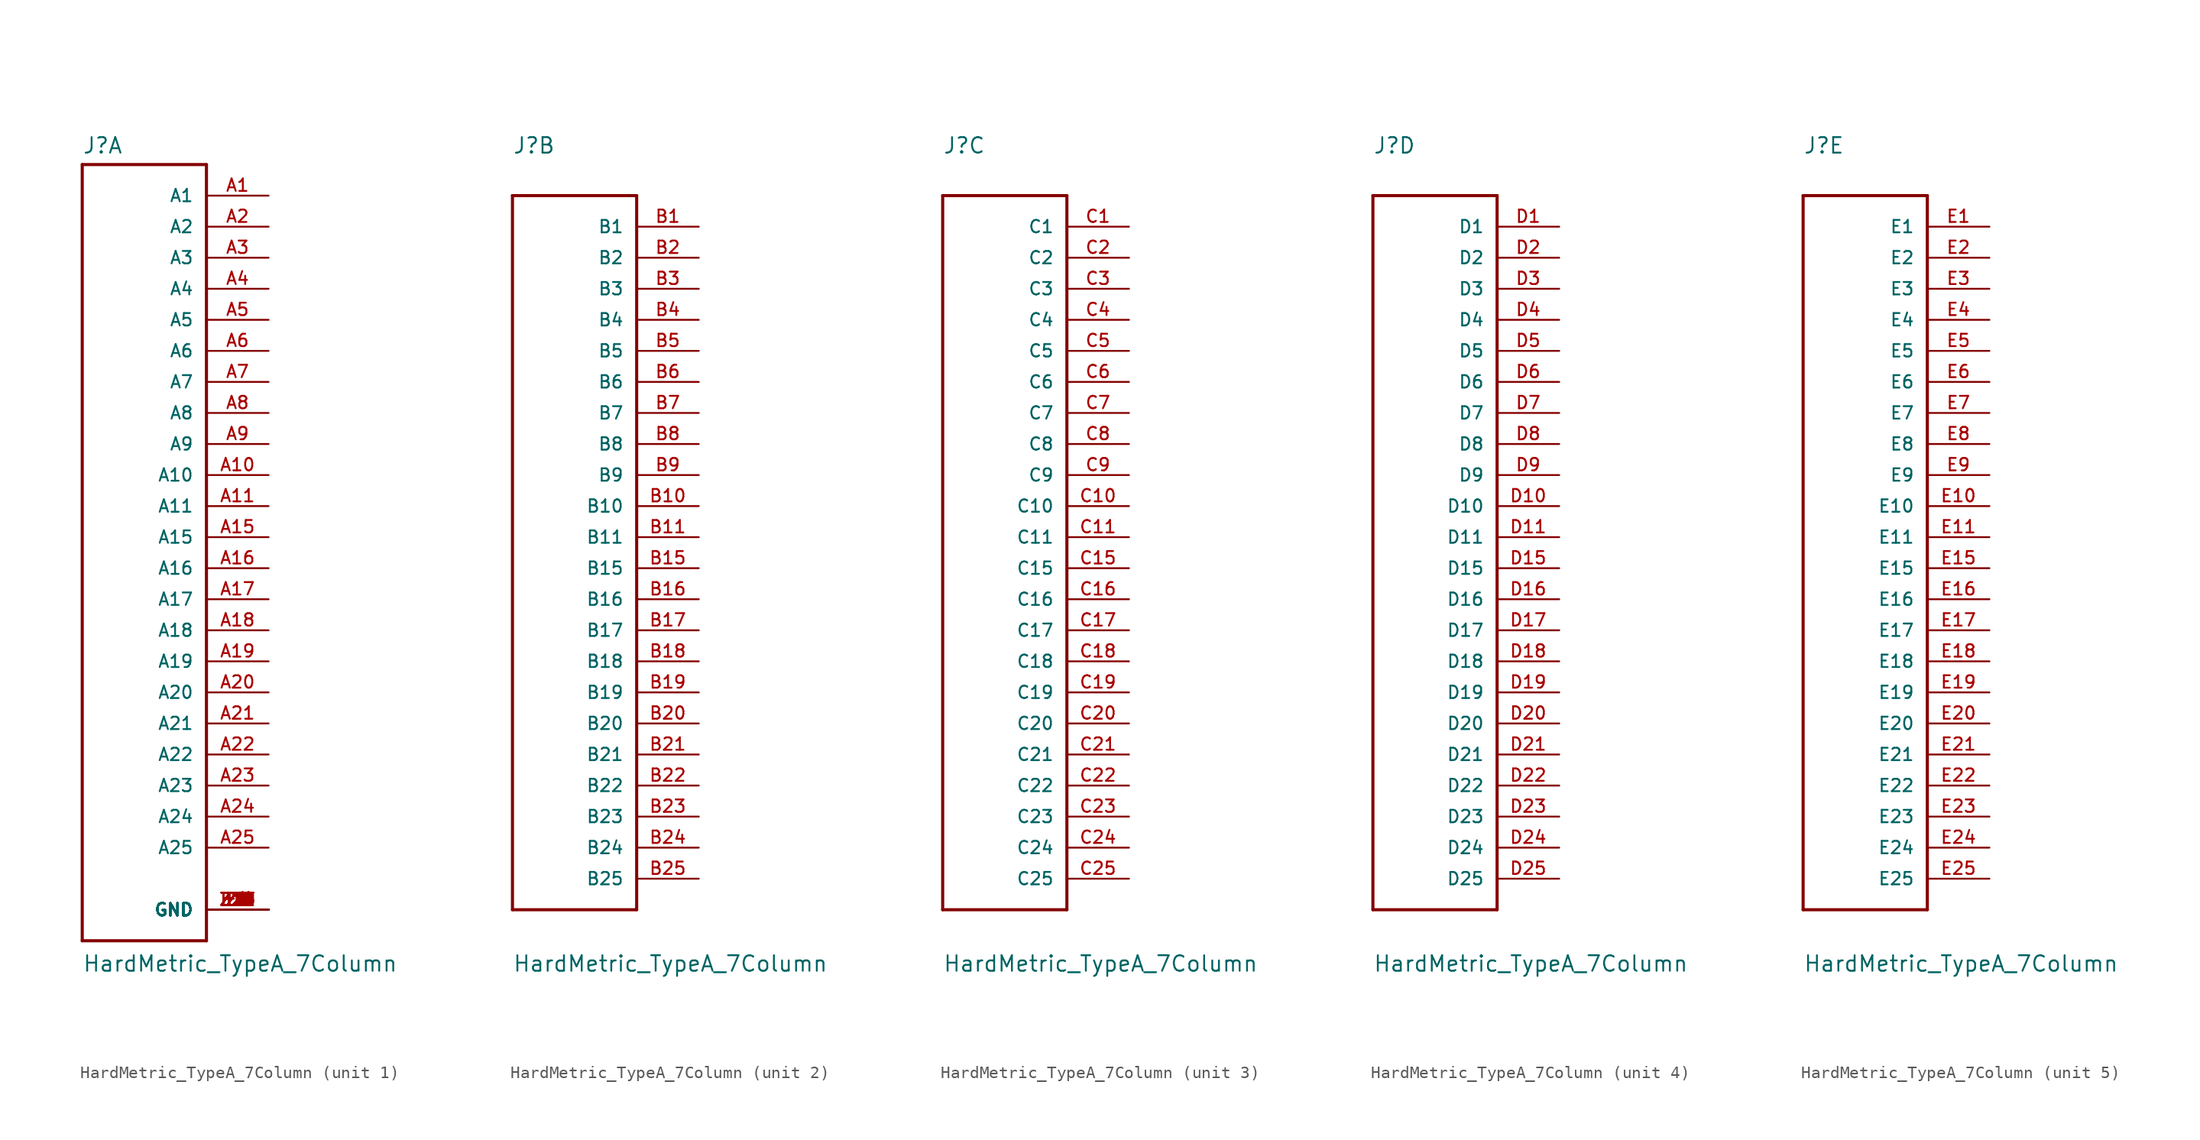
<source format=kicad_sym>
(kicad_symbol_lib
  (version 20211014)
  (generator kicad_symbol_editor)
  (symbol "HardMetric_TypeA_7Column"
    (pin_names
      (offset 1.016))
    (property "Reference" "J"
      (at -5.08 31.293 0)
      (effects (font (size 1.27 1.27)) (justify left bottom)))
    (property "Value" "HardMetric_TypeA_7Column"
      (at -5.08 -35.636 0)
      (effects (font (size 1.27 1.27)) (justify left bottom)))
    (property "ki_locked" ""
      (at 0 0 0)
      (effects (font (size 1.27 1.27))))
    (symbol "HardMetric_TypeA_7Column_1_0"
      (polyline (pts (xy -5.08 -33.02) (xy 5.08 -33.02)) (stroke (width 0.254) (type default) (color 0 0 0 0)) (fill (type none)))
      (polyline (pts (xy -5.08 30.48) (xy -5.08 -33.02)) (stroke (width 0.254) (type default) (color 0 0 0 0)) (fill (type none)))
      (polyline (pts (xy 5.08 -33.02) (xy 5.08 30.48)) (stroke (width 0.254) (type default) (color 0 0 0 0)) (fill (type none)))
      (polyline (pts (xy 5.08 30.48) (xy -5.08 30.48)) (stroke (width 0.254) (type default) (color 0 0 0 0)) (fill (type none)))
      (pin passive line (at 10.16 27.94 180) (length 5.08) (name "A1" (effects (font (size 1.016 1.016)))) (number "A1" (effects (font (size 1.016 1.016)))))
      (pin passive line (at 10.16 5.08 180) (length 5.08) (name "A10" (effects (font (size 1.016 1.016)))) (number "A10" (effects (font (size 1.016 1.016)))))
      (pin passive line (at 10.16 2.54 180) (length 5.08) (name "A11" (effects (font (size 1.016 1.016)))) (number "A11" (effects (font (size 1.016 1.016)))))
      (pin passive line (at 10.16 0 180) (length 5.08) (name "A15" (effects (font (size 1.016 1.016)))) (number "A15" (effects (font (size 1.016 1.016)))))
      (pin passive line (at 10.16 -2.54 180) (length 5.08) (name "A16" (effects (font (size 1.016 1.016)))) (number "A16" (effects (font (size 1.016 1.016)))))
      (pin passive line (at 10.16 -5.08 180) (length 5.08) (name "A17" (effects (font (size 1.016 1.016)))) (number "A17" (effects (font (size 1.016 1.016)))))
      (pin passive line (at 10.16 -7.62 180) (length 5.08) (name "A18" (effects (font (size 1.016 1.016)))) (number "A18" (effects (font (size 1.016 1.016)))))
      (pin passive line (at 10.16 -10.16 180) (length 5.08) (name "A19" (effects (font (size 1.016 1.016)))) (number "A19" (effects (font (size 1.016 1.016)))))
      (pin passive line (at 10.16 25.4 180) (length 5.08) (name "A2" (effects (font (size 1.016 1.016)))) (number "A2" (effects (font (size 1.016 1.016)))))
      (pin passive line (at 10.16 -12.7 180) (length 5.08) (name "A20" (effects (font (size 1.016 1.016)))) (number "A20" (effects (font (size 1.016 1.016)))))
      (pin passive line (at 10.16 -15.24 180) (length 5.08) (name "A21" (effects (font (size 1.016 1.016)))) (number "A21" (effects (font (size 1.016 1.016)))))
      (pin passive line (at 10.16 -17.78 180) (length 5.08) (name "A22" (effects (font (size 1.016 1.016)))) (number "A22" (effects (font (size 1.016 1.016)))))
      (pin passive line (at 10.16 -20.32 180) (length 5.08) (name "A23" (effects (font (size 1.016 1.016)))) (number "A23" (effects (font (size 1.016 1.016)))))
      (pin passive line (at 10.16 -22.86 180) (length 5.08) (name "A24" (effects (font (size 1.016 1.016)))) (number "A24" (effects (font (size 1.016 1.016)))))
      (pin passive line (at 10.16 -25.4 180) (length 5.08) (name "A25" (effects (font (size 1.016 1.016)))) (number "A25" (effects (font (size 1.016 1.016)))))
      (pin passive line (at 10.16 22.86 180) (length 5.08) (name "A3" (effects (font (size 1.016 1.016)))) (number "A3" (effects (font (size 1.016 1.016)))))
      (pin passive line (at 10.16 20.32 180) (length 5.08) (name "A4" (effects (font (size 1.016 1.016)))) (number "A4" (effects (font (size 1.016 1.016)))))
      (pin passive line (at 10.16 17.78 180) (length 5.08) (name "A5" (effects (font (size 1.016 1.016)))) (number "A5" (effects (font (size 1.016 1.016)))))
      (pin passive line (at 10.16 15.24 180) (length 5.08) (name "A6" (effects (font (size 1.016 1.016)))) (number "A6" (effects (font (size 1.016 1.016)))))
      (pin passive line (at 10.16 12.7 180) (length 5.08) (name "A7" (effects (font (size 1.016 1.016)))) (number "A7" (effects (font (size 1.016 1.016)))))
      (pin passive line (at 10.16 10.16 180) (length 5.08) (name "A8" (effects (font (size 1.016 1.016)))) (number "A8" (effects (font (size 1.016 1.016)))))
      (pin passive line (at 10.16 7.62 180) (length 5.08) (name "A9" (effects (font (size 1.016 1.016)))) (number "A9" (effects (font (size 1.016 1.016)))))
      (pin passive line (at 10.16 -30.48 180) (length 5.08) (name "GND" (effects (font (size 1.016 1.016)))) (number "F1" (effects (font (size 1.016 1.016)))))
      (pin passive line (at 10.16 -30.48 180) (length 5.08) (name "GND" (effects (font (size 1.016 1.016)))) (number "F10" (effects (font (size 1.016 1.016)))))
      (pin passive line (at 10.16 -30.48 180) (length 5.08) (name "GND" (effects (font (size 1.016 1.016)))) (number "F11" (effects (font (size 1.016 1.016)))))
      (pin passive line (at 10.16 -30.48 180) (length 5.08) (name "GND" (effects (font (size 1.016 1.016)))) (number "F15" (effects (font (size 1.016 1.016)))))
      (pin passive line (at 10.16 -30.48 180) (length 5.08) (name "GND" (effects (font (size 1.016 1.016)))) (number "F16" (effects (font (size 1.016 1.016)))))
      (pin passive line (at 10.16 -30.48 180) (length 5.08) (name "GND" (effects (font (size 1.016 1.016)))) (number "F17" (effects (font (size 1.016 1.016)))))
      (pin passive line (at 10.16 -30.48 180) (length 5.08) (name "GND" (effects (font (size 1.016 1.016)))) (number "F18" (effects (font (size 1.016 1.016)))))
      (pin passive line (at 10.16 -30.48 180) (length 5.08) (name "GND" (effects (font (size 1.016 1.016)))) (number "F19" (effects (font (size 1.016 1.016)))))
      (pin passive line (at 10.16 -30.48 180) (length 5.08) (name "GND" (effects (font (size 1.016 1.016)))) (number "F2" (effects (font (size 1.016 1.016)))))
      (pin passive line (at 10.16 -30.48 180) (length 5.08) (name "GND" (effects (font (size 1.016 1.016)))) (number "F20" (effects (font (size 1.016 1.016)))))
      (pin passive line (at 10.16 -30.48 180) (length 5.08) (name "GND" (effects (font (size 1.016 1.016)))) (number "F21" (effects (font (size 1.016 1.016)))))
      (pin passive line (at 10.16 -30.48 180) (length 5.08) (name "GND" (effects (font (size 1.016 1.016)))) (number "F22" (effects (font (size 1.016 1.016)))))
      (pin passive line (at 10.16 -30.48 180) (length 5.08) (name "GND" (effects (font (size 1.016 1.016)))) (number "F23" (effects (font (size 1.016 1.016)))))
      (pin passive line (at 10.16 -30.48 180) (length 5.08) (name "GND" (effects (font (size 1.016 1.016)))) (number "F24" (effects (font (size 1.016 1.016)))))
      (pin passive line (at 10.16 -30.48 180) (length 5.08) (name "GND" (effects (font (size 1.016 1.016)))) (number "F25" (effects (font (size 1.016 1.016)))))
      (pin passive line (at 10.16 -30.48 180) (length 5.08) (name "GND" (effects (font (size 1.016 1.016)))) (number "F3" (effects (font (size 1.016 1.016)))))
      (pin passive line (at 10.16 -30.48 180) (length 5.08) (name "GND" (effects (font (size 1.016 1.016)))) (number "F4" (effects (font (size 1.016 1.016)))))
      (pin passive line (at 10.16 -30.48 180) (length 5.08) (name "GND" (effects (font (size 1.016 1.016)))) (number "F5" (effects (font (size 1.016 1.016)))))
      (pin passive line (at 10.16 -30.48 180) (length 5.08) (name "GND" (effects (font (size 1.016 1.016)))) (number "F6" (effects (font (size 1.016 1.016)))))
      (pin passive line (at 10.16 -30.48 180) (length 5.08) (name "GND" (effects (font (size 1.016 1.016)))) (number "F7" (effects (font (size 1.016 1.016)))))
      (pin passive line (at 10.16 -30.48 180) (length 5.08) (name "GND" (effects (font (size 1.016 1.016)))) (number "F8" (effects (font (size 1.016 1.016)))))
      (pin passive line (at 10.16 -30.48 180) (length 5.08) (name "GND" (effects (font (size 1.016 1.016)))) (number "F9" (effects (font (size 1.016 1.016)))))
      (pin passive line (at 10.16 -30.48 180) (length 5.08) (name "GND" (effects (font (size 1.016 1.016)))) (number "Z1" (effects (font (size 1.016 1.016)))))
      (pin passive line (at 10.16 -30.48 180) (length 5.08) (name "GND" (effects (font (size 1.016 1.016)))) (number "Z10" (effects (font (size 1.016 1.016)))))
      (pin passive line (at 10.16 -30.48 180) (length 5.08) (name "GND" (effects (font (size 1.016 1.016)))) (number "Z11" (effects (font (size 1.016 1.016)))))
      (pin passive line (at 10.16 -30.48 180) (length 5.08) (name "GND" (effects (font (size 1.016 1.016)))) (number "Z15" (effects (font (size 1.016 1.016)))))
      (pin passive line (at 10.16 -30.48 180) (length 5.08) (name "GND" (effects (font (size 1.016 1.016)))) (number "Z16" (effects (font (size 1.016 1.016)))))
      (pin passive line (at 10.16 -30.48 180) (length 5.08) (name "GND" (effects (font (size 1.016 1.016)))) (number "Z17" (effects (font (size 1.016 1.016)))))
      (pin passive line (at 10.16 -30.48 180) (length 5.08) (name "GND" (effects (font (size 1.016 1.016)))) (number "Z18" (effects (font (size 1.016 1.016)))))
      (pin passive line (at 10.16 -30.48 180) (length 5.08) (name "GND" (effects (font (size 1.016 1.016)))) (number "Z19" (effects (font (size 1.016 1.016)))))
      (pin passive line (at 10.16 -30.48 180) (length 5.08) (name "GND" (effects (font (size 1.016 1.016)))) (number "Z2" (effects (font (size 1.016 1.016)))))
      (pin passive line (at 10.16 -30.48 180) (length 5.08) (name "GND" (effects (font (size 1.016 1.016)))) (number "Z20" (effects (font (size 1.016 1.016)))))
      (pin passive line (at 10.16 -30.48 180) (length 5.08) (name "GND" (effects (font (size 1.016 1.016)))) (number "Z21" (effects (font (size 1.016 1.016)))))
      (pin passive line (at 10.16 -30.48 180) (length 5.08) (name "GND" (effects (font (size 1.016 1.016)))) (number "Z22" (effects (font (size 1.016 1.016)))))
      (pin passive line (at 10.16 -30.48 180) (length 5.08) (name "GND" (effects (font (size 1.016 1.016)))) (number "Z23" (effects (font (size 1.016 1.016)))))
      (pin passive line (at 10.16 -30.48 180) (length 5.08) (name "GND" (effects (font (size 1.016 1.016)))) (number "Z24" (effects (font (size 1.016 1.016)))))
      (pin passive line (at 10.16 -30.48 180) (length 5.08) (name "GND" (effects (font (size 1.016 1.016)))) (number "Z25" (effects (font (size 1.016 1.016)))))
      (pin passive line (at 10.16 -30.48 180) (length 5.08) (name "GND" (effects (font (size 1.016 1.016)))) (number "Z3" (effects (font (size 1.016 1.016)))))
      (pin passive line (at 10.16 -30.48 180) (length 5.08) (name "GND" (effects (font (size 1.016 1.016)))) (number "Z4" (effects (font (size 1.016 1.016)))))
      (pin passive line (at 10.16 -30.48 180) (length 5.08) (name "GND" (effects (font (size 1.016 1.016)))) (number "Z5" (effects (font (size 1.016 1.016)))))
      (pin passive line (at 10.16 -30.48 180) (length 5.08) (name "GND" (effects (font (size 1.016 1.016)))) (number "Z6" (effects (font (size 1.016 1.016)))))
      (pin passive line (at 10.16 -30.48 180) (length 5.08) (name "GND" (effects (font (size 1.016 1.016)))) (number "Z7" (effects (font (size 1.016 1.016)))))
      (pin passive line (at 10.16 -30.48 180) (length 5.08) (name "GND" (effects (font (size 1.016 1.016)))) (number "Z8" (effects (font (size 1.016 1.016)))))
      (pin passive line (at 10.16 -30.48 180) (length 5.08) (name "GND" (effects (font (size 1.016 1.016)))) (number "Z9" (effects (font (size 1.016 1.016))))))
    (symbol "HardMetric_TypeA_7Column_2_0"
      (polyline (pts (xy -5.08 -30.48) (xy 5.08 -30.48)) (stroke (width 0.254) (type default) (color 0 0 0 0)) (fill (type none)))
      (polyline (pts (xy -5.08 27.94) (xy -5.08 -30.48)) (stroke (width 0.254) (type default) (color 0 0 0 0)) (fill (type none)))
      (polyline (pts (xy 5.08 -30.48) (xy 5.08 27.94)) (stroke (width 0.254) (type default) (color 0 0 0 0)) (fill (type none)))
      (polyline (pts (xy 5.08 27.94) (xy -5.08 27.94)) (stroke (width 0.254) (type default) (color 0 0 0 0)) (fill (type none)))
      (pin passive line (at 10.16 25.4 180) (length 5.08) (name "B1" (effects (font (size 1.016 1.016)))) (number "B1" (effects (font (size 1.016 1.016)))))
      (pin passive line (at 10.16 2.54 180) (length 5.08) (name "B10" (effects (font (size 1.016 1.016)))) (number "B10" (effects (font (size 1.016 1.016)))))
      (pin passive line (at 10.16 0 180) (length 5.08) (name "B11" (effects (font (size 1.016 1.016)))) (number "B11" (effects (font (size 1.016 1.016)))))
      (pin passive line (at 10.16 -2.54 180) (length 5.08) (name "B15" (effects (font (size 1.016 1.016)))) (number "B15" (effects (font (size 1.016 1.016)))))
      (pin passive line (at 10.16 -5.08 180) (length 5.08) (name "B16" (effects (font (size 1.016 1.016)))) (number "B16" (effects (font (size 1.016 1.016)))))
      (pin passive line (at 10.16 -7.62 180) (length 5.08) (name "B17" (effects (font (size 1.016 1.016)))) (number "B17" (effects (font (size 1.016 1.016)))))
      (pin passive line (at 10.16 -10.16 180) (length 5.08) (name "B18" (effects (font (size 1.016 1.016)))) (number "B18" (effects (font (size 1.016 1.016)))))
      (pin passive line (at 10.16 -12.7 180) (length 5.08) (name "B19" (effects (font (size 1.016 1.016)))) (number "B19" (effects (font (size 1.016 1.016)))))
      (pin passive line (at 10.16 22.86 180) (length 5.08) (name "B2" (effects (font (size 1.016 1.016)))) (number "B2" (effects (font (size 1.016 1.016)))))
      (pin passive line (at 10.16 -15.24 180) (length 5.08) (name "B20" (effects (font (size 1.016 1.016)))) (number "B20" (effects (font (size 1.016 1.016)))))
      (pin passive line (at 10.16 -17.78 180) (length 5.08) (name "B21" (effects (font (size 1.016 1.016)))) (number "B21" (effects (font (size 1.016 1.016)))))
      (pin passive line (at 10.16 -20.32 180) (length 5.08) (name "B22" (effects (font (size 1.016 1.016)))) (number "B22" (effects (font (size 1.016 1.016)))))
      (pin passive line (at 10.16 -22.86 180) (length 5.08) (name "B23" (effects (font (size 1.016 1.016)))) (number "B23" (effects (font (size 1.016 1.016)))))
      (pin passive line (at 10.16 -25.4 180) (length 5.08) (name "B24" (effects (font (size 1.016 1.016)))) (number "B24" (effects (font (size 1.016 1.016)))))
      (pin passive line (at 10.16 -27.94 180) (length 5.08) (name "B25" (effects (font (size 1.016 1.016)))) (number "B25" (effects (font (size 1.016 1.016)))))
      (pin passive line (at 10.16 20.32 180) (length 5.08) (name "B3" (effects (font (size 1.016 1.016)))) (number "B3" (effects (font (size 1.016 1.016)))))
      (pin passive line (at 10.16 17.78 180) (length 5.08) (name "B4" (effects (font (size 1.016 1.016)))) (number "B4" (effects (font (size 1.016 1.016)))))
      (pin passive line (at 10.16 15.24 180) (length 5.08) (name "B5" (effects (font (size 1.016 1.016)))) (number "B5" (effects (font (size 1.016 1.016)))))
      (pin passive line (at 10.16 12.7 180) (length 5.08) (name "B6" (effects (font (size 1.016 1.016)))) (number "B6" (effects (font (size 1.016 1.016)))))
      (pin passive line (at 10.16 10.16 180) (length 5.08) (name "B7" (effects (font (size 1.016 1.016)))) (number "B7" (effects (font (size 1.016 1.016)))))
      (pin passive line (at 10.16 7.62 180) (length 5.08) (name "B8" (effects (font (size 1.016 1.016)))) (number "B8" (effects (font (size 1.016 1.016)))))
      (pin passive line (at 10.16 5.08 180) (length 5.08) (name "B9" (effects (font (size 1.016 1.016)))) (number "B9" (effects (font (size 1.016 1.016))))))
    (symbol "HardMetric_TypeA_7Column_3_0"
      (polyline (pts (xy -5.08 -30.48) (xy 5.08 -30.48)) (stroke (width 0.254) (type default) (color 0 0 0 0)) (fill (type none)))
      (polyline (pts (xy -5.08 27.94) (xy -5.08 -30.48)) (stroke (width 0.254) (type default) (color 0 0 0 0)) (fill (type none)))
      (polyline (pts (xy 5.08 -30.48) (xy 5.08 27.94)) (stroke (width 0.254) (type default) (color 0 0 0 0)) (fill (type none)))
      (polyline (pts (xy 5.08 27.94) (xy -5.08 27.94)) (stroke (width 0.254) (type default) (color 0 0 0 0)) (fill (type none)))
      (pin passive line (at 10.16 25.4 180) (length 5.08) (name "C1" (effects (font (size 1.016 1.016)))) (number "C1" (effects (font (size 1.016 1.016)))))
      (pin passive line (at 10.16 2.54 180) (length 5.08) (name "C10" (effects (font (size 1.016 1.016)))) (number "C10" (effects (font (size 1.016 1.016)))))
      (pin passive line (at 10.16 0 180) (length 5.08) (name "C11" (effects (font (size 1.016 1.016)))) (number "C11" (effects (font (size 1.016 1.016)))))
      (pin passive line (at 10.16 -2.54 180) (length 5.08) (name "C15" (effects (font (size 1.016 1.016)))) (number "C15" (effects (font (size 1.016 1.016)))))
      (pin passive line (at 10.16 -5.08 180) (length 5.08) (name "C16" (effects (font (size 1.016 1.016)))) (number "C16" (effects (font (size 1.016 1.016)))))
      (pin passive line (at 10.16 -7.62 180) (length 5.08) (name "C17" (effects (font (size 1.016 1.016)))) (number "C17" (effects (font (size 1.016 1.016)))))
      (pin passive line (at 10.16 -10.16 180) (length 5.08) (name "C18" (effects (font (size 1.016 1.016)))) (number "C18" (effects (font (size 1.016 1.016)))))
      (pin passive line (at 10.16 -12.7 180) (length 5.08) (name "C19" (effects (font (size 1.016 1.016)))) (number "C19" (effects (font (size 1.016 1.016)))))
      (pin passive line (at 10.16 22.86 180) (length 5.08) (name "C2" (effects (font (size 1.016 1.016)))) (number "C2" (effects (font (size 1.016 1.016)))))
      (pin passive line (at 10.16 -15.24 180) (length 5.08) (name "C20" (effects (font (size 1.016 1.016)))) (number "C20" (effects (font (size 1.016 1.016)))))
      (pin passive line (at 10.16 -17.78 180) (length 5.08) (name "C21" (effects (font (size 1.016 1.016)))) (number "C21" (effects (font (size 1.016 1.016)))))
      (pin passive line (at 10.16 -20.32 180) (length 5.08) (name "C22" (effects (font (size 1.016 1.016)))) (number "C22" (effects (font (size 1.016 1.016)))))
      (pin passive line (at 10.16 -22.86 180) (length 5.08) (name "C23" (effects (font (size 1.016 1.016)))) (number "C23" (effects (font (size 1.016 1.016)))))
      (pin passive line (at 10.16 -25.4 180) (length 5.08) (name "C24" (effects (font (size 1.016 1.016)))) (number "C24" (effects (font (size 1.016 1.016)))))
      (pin passive line (at 10.16 -27.94 180) (length 5.08) (name "C25" (effects (font (size 1.016 1.016)))) (number "C25" (effects (font (size 1.016 1.016)))))
      (pin passive line (at 10.16 20.32 180) (length 5.08) (name "C3" (effects (font (size 1.016 1.016)))) (number "C3" (effects (font (size 1.016 1.016)))))
      (pin passive line (at 10.16 17.78 180) (length 5.08) (name "C4" (effects (font (size 1.016 1.016)))) (number "C4" (effects (font (size 1.016 1.016)))))
      (pin passive line (at 10.16 15.24 180) (length 5.08) (name "C5" (effects (font (size 1.016 1.016)))) (number "C5" (effects (font (size 1.016 1.016)))))
      (pin passive line (at 10.16 12.7 180) (length 5.08) (name "C6" (effects (font (size 1.016 1.016)))) (number "C6" (effects (font (size 1.016 1.016)))))
      (pin passive line (at 10.16 10.16 180) (length 5.08) (name "C7" (effects (font (size 1.016 1.016)))) (number "C7" (effects (font (size 1.016 1.016)))))
      (pin passive line (at 10.16 7.62 180) (length 5.08) (name "C8" (effects (font (size 1.016 1.016)))) (number "C8" (effects (font (size 1.016 1.016)))))
      (pin passive line (at 10.16 5.08 180) (length 5.08) (name "C9" (effects (font (size 1.016 1.016)))) (number "C9" (effects (font (size 1.016 1.016))))))
    (symbol "HardMetric_TypeA_7Column_4_0"
      (polyline (pts (xy -5.08 -30.48) (xy 5.08 -30.48)) (stroke (width 0.254) (type default) (color 0 0 0 0)) (fill (type none)))
      (polyline (pts (xy -5.08 27.94) (xy -5.08 -30.48)) (stroke (width 0.254) (type default) (color 0 0 0 0)) (fill (type none)))
      (polyline (pts (xy 5.08 -30.48) (xy 5.08 27.94)) (stroke (width 0.254) (type default) (color 0 0 0 0)) (fill (type none)))
      (polyline (pts (xy 5.08 27.94) (xy -5.08 27.94)) (stroke (width 0.254) (type default) (color 0 0 0 0)) (fill (type none)))
      (pin passive line (at 10.16 25.4 180) (length 5.08) (name "D1" (effects (font (size 1.016 1.016)))) (number "D1" (effects (font (size 1.016 1.016)))))
      (pin passive line (at 10.16 2.54 180) (length 5.08) (name "D10" (effects (font (size 1.016 1.016)))) (number "D10" (effects (font (size 1.016 1.016)))))
      (pin passive line (at 10.16 0 180) (length 5.08) (name "D11" (effects (font (size 1.016 1.016)))) (number "D11" (effects (font (size 1.016 1.016)))))
      (pin passive line (at 10.16 -2.54 180) (length 5.08) (name "D15" (effects (font (size 1.016 1.016)))) (number "D15" (effects (font (size 1.016 1.016)))))
      (pin passive line (at 10.16 -5.08 180) (length 5.08) (name "D16" (effects (font (size 1.016 1.016)))) (number "D16" (effects (font (size 1.016 1.016)))))
      (pin passive line (at 10.16 -7.62 180) (length 5.08) (name "D17" (effects (font (size 1.016 1.016)))) (number "D17" (effects (font (size 1.016 1.016)))))
      (pin passive line (at 10.16 -10.16 180) (length 5.08) (name "D18" (effects (font (size 1.016 1.016)))) (number "D18" (effects (font (size 1.016 1.016)))))
      (pin passive line (at 10.16 -12.7 180) (length 5.08) (name "D19" (effects (font (size 1.016 1.016)))) (number "D19" (effects (font (size 1.016 1.016)))))
      (pin passive line (at 10.16 22.86 180) (length 5.08) (name "D2" (effects (font (size 1.016 1.016)))) (number "D2" (effects (font (size 1.016 1.016)))))
      (pin passive line (at 10.16 -15.24 180) (length 5.08) (name "D20" (effects (font (size 1.016 1.016)))) (number "D20" (effects (font (size 1.016 1.016)))))
      (pin passive line (at 10.16 -17.78 180) (length 5.08) (name "D21" (effects (font (size 1.016 1.016)))) (number "D21" (effects (font (size 1.016 1.016)))))
      (pin passive line (at 10.16 -20.32 180) (length 5.08) (name "D22" (effects (font (size 1.016 1.016)))) (number "D22" (effects (font (size 1.016 1.016)))))
      (pin passive line (at 10.16 -22.86 180) (length 5.08) (name "D23" (effects (font (size 1.016 1.016)))) (number "D23" (effects (font (size 1.016 1.016)))))
      (pin passive line (at 10.16 -25.4 180) (length 5.08) (name "D24" (effects (font (size 1.016 1.016)))) (number "D24" (effects (font (size 1.016 1.016)))))
      (pin passive line (at 10.16 -27.94 180) (length 5.08) (name "D25" (effects (font (size 1.016 1.016)))) (number "D25" (effects (font (size 1.016 1.016)))))
      (pin passive line (at 10.16 20.32 180) (length 5.08) (name "D3" (effects (font (size 1.016 1.016)))) (number "D3" (effects (font (size 1.016 1.016)))))
      (pin passive line (at 10.16 17.78 180) (length 5.08) (name "D4" (effects (font (size 1.016 1.016)))) (number "D4" (effects (font (size 1.016 1.016)))))
      (pin passive line (at 10.16 15.24 180) (length 5.08) (name "D5" (effects (font (size 1.016 1.016)))) (number "D5" (effects (font (size 1.016 1.016)))))
      (pin passive line (at 10.16 12.7 180) (length 5.08) (name "D6" (effects (font (size 1.016 1.016)))) (number "D6" (effects (font (size 1.016 1.016)))))
      (pin passive line (at 10.16 10.16 180) (length 5.08) (name "D7" (effects (font (size 1.016 1.016)))) (number "D7" (effects (font (size 1.016 1.016)))))
      (pin passive line (at 10.16 7.62 180) (length 5.08) (name "D8" (effects (font (size 1.016 1.016)))) (number "D8" (effects (font (size 1.016 1.016)))))
      (pin passive line (at 10.16 5.08 180) (length 5.08) (name "D9" (effects (font (size 1.016 1.016)))) (number "D9" (effects (font (size 1.016 1.016))))))
    (symbol "HardMetric_TypeA_7Column_5_0"
      (polyline (pts (xy -5.08 -30.48) (xy 5.08 -30.48)) (stroke (width 0.254) (type default) (color 0 0 0 0)) (fill (type none)))
      (polyline (pts (xy -5.08 27.94) (xy -5.08 -30.48)) (stroke (width 0.254) (type default) (color 0 0 0 0)) (fill (type none)))
      (polyline (pts (xy 5.08 -30.48) (xy 5.08 27.94)) (stroke (width 0.254) (type default) (color 0 0 0 0)) (fill (type none)))
      (polyline (pts (xy 5.08 27.94) (xy -5.08 27.94)) (stroke (width 0.254) (type default) (color 0 0 0 0)) (fill (type none)))
      (pin passive line (at 10.16 25.4 180) (length 5.08) (name "E1" (effects (font (size 1.016 1.016)))) (number "E1" (effects (font (size 1.016 1.016)))))
      (pin passive line (at 10.16 2.54 180) (length 5.08) (name "E10" (effects (font (size 1.016 1.016)))) (number "E10" (effects (font (size 1.016 1.016)))))
      (pin passive line (at 10.16 0 180) (length 5.08) (name "E11" (effects (font (size 1.016 1.016)))) (number "E11" (effects (font (size 1.016 1.016)))))
      (pin passive line (at 10.16 -2.54 180) (length 5.08) (name "E15" (effects (font (size 1.016 1.016)))) (number "E15" (effects (font (size 1.016 1.016)))))
      (pin passive line (at 10.16 -5.08 180) (length 5.08) (name "E16" (effects (font (size 1.016 1.016)))) (number "E16" (effects (font (size 1.016 1.016)))))
      (pin passive line (at 10.16 -7.62 180) (length 5.08) (name "E17" (effects (font (size 1.016 1.016)))) (number "E17" (effects (font (size 1.016 1.016)))))
      (pin passive line (at 10.16 -10.16 180) (length 5.08) (name "E18" (effects (font (size 1.016 1.016)))) (number "E18" (effects (font (size 1.016 1.016)))))
      (pin passive line (at 10.16 -12.7 180) (length 5.08) (name "E19" (effects (font (size 1.016 1.016)))) (number "E19" (effects (font (size 1.016 1.016)))))
      (pin passive line (at 10.16 22.86 180) (length 5.08) (name "E2" (effects (font (size 1.016 1.016)))) (number "E2" (effects (font (size 1.016 1.016)))))
      (pin passive line (at 10.16 -15.24 180) (length 5.08) (name "E20" (effects (font (size 1.016 1.016)))) (number "E20" (effects (font (size 1.016 1.016)))))
      (pin passive line (at 10.16 -17.78 180) (length 5.08) (name "E21" (effects (font (size 1.016 1.016)))) (number "E21" (effects (font (size 1.016 1.016)))))
      (pin passive line (at 10.16 -20.32 180) (length 5.08) (name "E22" (effects (font (size 1.016 1.016)))) (number "E22" (effects (font (size 1.016 1.016)))))
      (pin passive line (at 10.16 -22.86 180) (length 5.08) (name "E23" (effects (font (size 1.016 1.016)))) (number "E23" (effects (font (size 1.016 1.016)))))
      (pin passive line (at 10.16 -25.4 180) (length 5.08) (name "E24" (effects (font (size 1.016 1.016)))) (number "E24" (effects (font (size 1.016 1.016)))))
      (pin passive line (at 10.16 -27.94 180) (length 5.08) (name "E25" (effects (font (size 1.016 1.016)))) (number "E25" (effects (font (size 1.016 1.016)))))
      (pin passive line (at 10.16 20.32 180) (length 5.08) (name "E3" (effects (font (size 1.016 1.016)))) (number "E3" (effects (font (size 1.016 1.016)))))
      (pin passive line (at 10.16 17.78 180) (length 5.08) (name "E4" (effects (font (size 1.016 1.016)))) (number "E4" (effects (font (size 1.016 1.016)))))
      (pin passive line (at 10.16 15.24 180) (length 5.08) (name "E5" (effects (font (size 1.016 1.016)))) (number "E5" (effects (font (size 1.016 1.016)))))
      (pin passive line (at 10.16 12.7 180) (length 5.08) (name "E6" (effects (font (size 1.016 1.016)))) (number "E6" (effects (font (size 1.016 1.016)))))
      (pin passive line (at 10.16 10.16 180) (length 5.08) (name "E7" (effects (font (size 1.016 1.016)))) (number "E7" (effects (font (size 1.016 1.016)))))
      (pin passive line (at 10.16 7.62 180) (length 5.08) (name "E8" (effects (font (size 1.016 1.016)))) (number "E8" (effects (font (size 1.016 1.016)))))
      (pin passive line (at 10.16 5.08 180) (length 5.08) (name "E9" (effects (font (size 1.016 1.016)))) (number "E9" (effects (font (size 1.016 1.016))))))))
</source>
